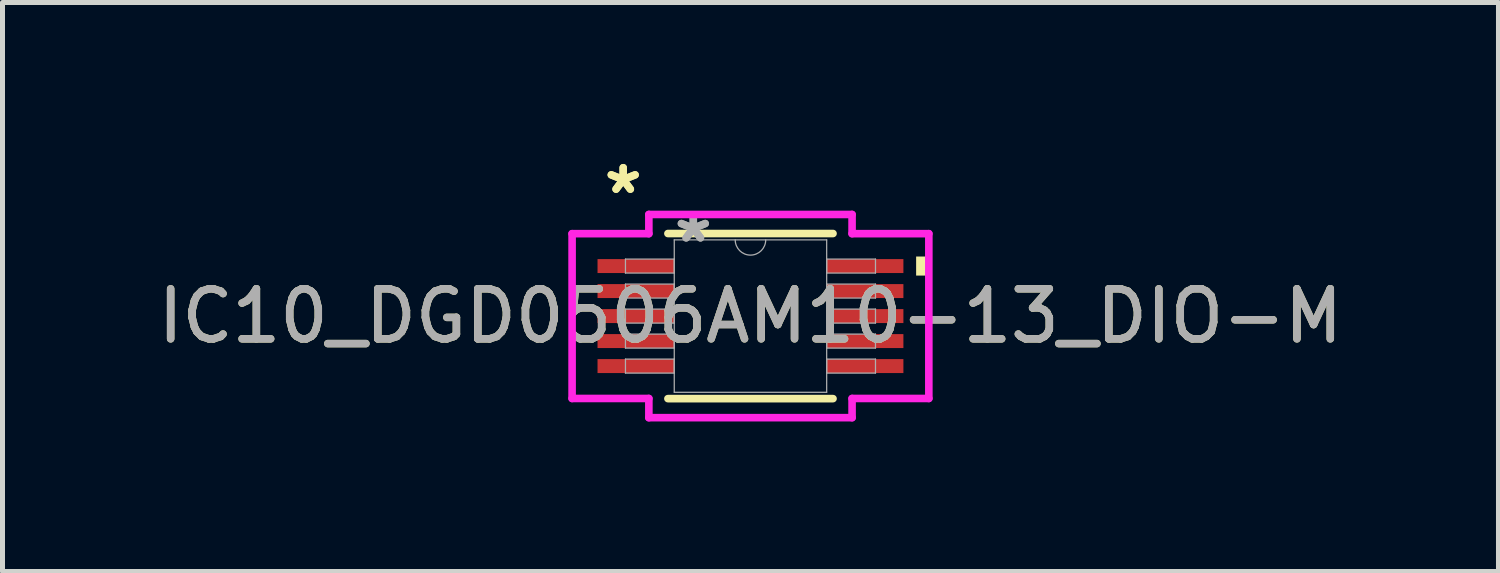
<source format=kicad_pcb>
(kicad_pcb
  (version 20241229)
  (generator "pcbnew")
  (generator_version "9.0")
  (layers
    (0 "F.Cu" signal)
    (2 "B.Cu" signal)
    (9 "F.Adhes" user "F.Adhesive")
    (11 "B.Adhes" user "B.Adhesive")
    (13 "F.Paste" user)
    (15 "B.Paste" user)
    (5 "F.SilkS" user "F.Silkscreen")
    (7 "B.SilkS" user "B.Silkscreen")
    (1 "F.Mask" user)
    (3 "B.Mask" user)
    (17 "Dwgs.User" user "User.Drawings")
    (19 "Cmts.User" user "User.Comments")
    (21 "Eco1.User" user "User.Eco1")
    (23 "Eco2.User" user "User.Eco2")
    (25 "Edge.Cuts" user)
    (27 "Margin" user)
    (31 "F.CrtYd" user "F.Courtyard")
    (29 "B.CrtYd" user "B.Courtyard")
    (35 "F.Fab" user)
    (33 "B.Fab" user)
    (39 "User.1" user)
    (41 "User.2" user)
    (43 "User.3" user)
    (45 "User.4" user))
  (footprint "IC10_DGD0506AM10-13_DIO-M"
    (layer "F.Cu")
    (at 11.958 3.271)
    (property "Reference" "IC10_DGD0506AM10-13_DIO-M" (at 0 0 0) (unlocked yes) (layer "F.SilkS") (effects (font (size 1 1) (thickness 0.15))))
    (attr smd)
    (fp_line (start -1.651 1.651) (end 1.651 1.651) (stroke (width 0.152) (type solid)) (layer "F.SilkS"))
    (fp_line (start 1.651 -1.651) (end -1.651 -1.651) (stroke (width 0.152) (type solid)) (layer "F.SilkS"))
    (fp_poly (pts (xy 3.567 -1.191) (xy 3.567 -0.81) (xy 3.313 -0.81) (xy 3.313 -1.191)) (stroke (width 0) (type solid)) (fill yes) (layer "F.SilkS"))
    (fp_line (start -3.567 -1.648) (end -2.032 -1.648) (stroke (width 0.152) (type solid)) (layer "F.CrtYd"))
    (fp_line (start -3.567 1.648) (end -3.567 -1.648) (stroke (width 0.152) (type solid)) (layer "F.CrtYd"))
    (fp_line (start -3.567 1.648) (end -2.032 1.648) (stroke (width 0.152) (type solid)) (layer "F.CrtYd"))
    (fp_line (start -2.032 -2.032) (end 2.032 -2.032) (stroke (width 0.152) (type solid)) (layer "F.CrtYd"))
    (fp_line (start -2.032 -1.648) (end -2.032 -2.032) (stroke (width 0.152) (type solid)) (layer "F.CrtYd"))
    (fp_line (start -2.032 2.032) (end -2.032 1.648) (stroke (width 0.152) (type solid)) (layer "F.CrtYd"))
    (fp_line (start 2.032 -2.032) (end 2.032 -1.648) (stroke (width 0.152) (type solid)) (layer "F.CrtYd"))
    (fp_line (start 2.032 1.648) (end 2.032 2.032) (stroke (width 0.152) (type solid)) (layer "F.CrtYd"))
    (fp_line (start 2.032 2.032) (end -2.032 2.032) (stroke (width 0.152) (type solid)) (layer "F.CrtYd"))
    (fp_line (start 3.567 -1.648) (end 2.032 -1.648) (stroke (width 0.152) (type solid)) (layer "F.CrtYd"))
    (fp_line (start 3.567 -1.648) (end 3.567 1.648) (stroke (width 0.152) (type solid)) (layer "F.CrtYd"))
    (fp_line (start 3.567 1.648) (end 2.032 1.648) (stroke (width 0.152) (type solid)) (layer "F.CrtYd"))
    (fp_line (start -2.5 -1.14) (end -2.5 -0.86) (stroke (width 0.025) (type solid)) (layer "F.Fab"))
    (fp_line (start -2.5 -0.86) (end -1.524 -0.86) (stroke (width 0.025) (type solid)) (layer "F.Fab"))
    (fp_line (start -2.5 -0.64) (end -2.5 -0.36) (stroke (width 0.025) (type solid)) (layer "F.Fab"))
    (fp_line (start -2.5 -0.36) (end -1.524 -0.36) (stroke (width 0.025) (type solid)) (layer "F.Fab"))
    (fp_line (start -2.5 -0.14) (end -2.5 0.14) (stroke (width 0.025) (type solid)) (layer "F.Fab"))
    (fp_line (start -2.5 0.14) (end -1.524 0.14) (stroke (width 0.025) (type solid)) (layer "F.Fab"))
    (fp_line (start -2.5 0.36) (end -2.5 0.64) (stroke (width 0.025) (type solid)) (layer "F.Fab"))
    (fp_line (start -2.5 0.64) (end -1.524 0.64) (stroke (width 0.025) (type solid)) (layer "F.Fab"))
    (fp_line (start -2.5 0.86) (end -2.5 1.14) (stroke (width 0.025) (type solid)) (layer "F.Fab"))
    (fp_line (start -2.5 1.14) (end -1.524 1.14) (stroke (width 0.025) (type solid)) (layer "F.Fab"))
    (fp_line (start -1.524 -1.524) (end -1.524 1.524) (stroke (width 0.025) (type solid)) (layer "F.Fab"))
    (fp_line (start -1.524 -1.14) (end -2.5 -1.14) (stroke (width 0.025) (type solid)) (layer "F.Fab"))
    (fp_line (start -1.524 -0.86) (end -1.524 -1.14) (stroke (width 0.025) (type solid)) (layer "F.Fab"))
    (fp_line (start -1.524 -0.64) (end -2.5 -0.64) (stroke (width 0.025) (type solid)) (layer "F.Fab"))
    (fp_line (start -1.524 -0.36) (end -1.524 -0.64) (stroke (width 0.025) (type solid)) (layer "F.Fab"))
    (fp_line (start -1.524 -0.14) (end -2.5 -0.14) (stroke (width 0.025) (type solid)) (layer "F.Fab"))
    (fp_line (start -1.524 0.14) (end -1.524 -0.14) (stroke (width 0.025) (type solid)) (layer "F.Fab"))
    (fp_line (start -1.524 0.36) (end -2.5 0.36) (stroke (width 0.025) (type solid)) (layer "F.Fab"))
    (fp_line (start -1.524 0.64) (end -1.524 0.36) (stroke (width 0.025) (type solid)) (layer "F.Fab"))
    (fp_line (start -1.524 0.86) (end -2.5 0.86) (stroke (width 0.025) (type solid)) (layer "F.Fab"))
    (fp_line (start -1.524 1.14) (end -1.524 0.86) (stroke (width 0.025) (type solid)) (layer "F.Fab"))
    (fp_line (start -1.524 1.524) (end 1.524 1.524) (stroke (width 0.025) (type solid)) (layer "F.Fab"))
    (fp_line (start 1.524 -1.524) (end -1.524 -1.524) (stroke (width 0.025) (type solid)) (layer "F.Fab"))
    (fp_line (start 1.524 -1.14) (end 1.524 -0.86) (stroke (width 0.025) (type solid)) (layer "F.Fab"))
    (fp_line (start 1.524 -0.86) (end 2.5 -0.86) (stroke (width 0.025) (type solid)) (layer "F.Fab"))
    (fp_line (start 1.524 -0.64) (end 1.524 -0.36) (stroke (width 0.025) (type solid)) (layer "F.Fab"))
    (fp_line (start 1.524 -0.36) (end 2.5 -0.36) (stroke (width 0.025) (type solid)) (layer "F.Fab"))
    (fp_line (start 1.524 -0.14) (end 1.524 0.14) (stroke (width 0.025) (type solid)) (layer "F.Fab"))
    (fp_line (start 1.524 0.14) (end 2.5 0.14) (stroke (width 0.025) (type solid)) (layer "F.Fab"))
    (fp_line (start 1.524 0.36) (end 1.524 0.64) (stroke (width 0.025) (type solid)) (layer "F.Fab"))
    (fp_line (start 1.524 0.64) (end 2.5 0.64) (stroke (width 0.025) (type solid)) (layer "F.Fab"))
    (fp_line (start 1.524 0.86) (end 1.524 1.14) (stroke (width 0.025) (type solid)) (layer "F.Fab"))
    (fp_line (start 1.524 1.14) (end 2.5 1.14) (stroke (width 0.025) (type solid)) (layer "F.Fab"))
    (fp_line (start 1.524 1.524) (end 1.524 -1.524) (stroke (width 0.025) (type solid)) (layer "F.Fab"))
    (fp_line (start 2.5 -1.14) (end 1.524 -1.14) (stroke (width 0.025) (type solid)) (layer "F.Fab"))
    (fp_line (start 2.5 -0.86) (end 2.5 -1.14) (stroke (width 0.025) (type solid)) (layer "F.Fab"))
    (fp_line (start 2.5 -0.64) (end 1.524 -0.64) (stroke (width 0.025) (type solid)) (layer "F.Fab"))
    (fp_line (start 2.5 -0.36) (end 2.5 -0.64) (stroke (width 0.025) (type solid)) (layer "F.Fab"))
    (fp_line (start 2.5 -0.14) (end 1.524 -0.14) (stroke (width 0.025) (type solid)) (layer "F.Fab"))
    (fp_line (start 2.5 0.14) (end 2.5 -0.14) (stroke (width 0.025) (type solid)) (layer "F.Fab"))
    (fp_line (start 2.5 0.36) (end 1.524 0.36) (stroke (width 0.025) (type solid)) (layer "F.Fab"))
    (fp_line (start 2.5 0.64) (end 2.5 0.36) (stroke (width 0.025) (type solid)) (layer "F.Fab"))
    (fp_line (start 2.5 0.86) (end 1.524 0.86) (stroke (width 0.025) (type solid)) (layer "F.Fab"))
    (fp_line (start 2.5 1.14) (end 2.5 0.86) (stroke (width 0.025) (type solid)) (layer "F.Fab"))
    (fp_arc (start 0.3048 -1.524) (mid 0 -1.2192) (end -0.3048 -1.524) (stroke (width 0.0254) (type solid)) (layer "F.Fab"))
    (fp_text user "*" (at -2.545 -2.422 0) (unlocked yes) (layer "F.SilkS") (effects (font (size 1 1) (thickness 0.15))))
    (fp_text user "*" (at -2.545 -2.422 0) (layer "F.SilkS") (effects (font (size 1 1) (thickness 0.15))))
    (fp_text user "*" (at -1.143 -1.448 0) (unlocked yes) (layer "F.Fab") (effects (font (size 1 1) (thickness 0.15))))
    (fp_text user "*" (at -1.143 -1.448 0) (layer "F.Fab") (effects (font (size 1 1) (thickness 0.15))))
    (fp_text user "${REFERENCE}" (at 0 0 0) (unlocked yes) (layer "F.Fab") (effects (font (size 1 1) (thickness 0.15))))
    (pad "1" smd rect (at -2.291 -1) (size 1.535 0.279) (layers "F.Cu" "F.Mask" "F.Paste"))
    (pad "2" smd rect (at -2.291 -0.5) (size 1.535 0.279) (layers "F.Cu" "F.Mask" "F.Paste"))
    (pad "3" smd rect (at -2.291 0) (size 1.535 0.279) (layers "F.Cu" "F.Mask" "F.Paste"))
    (pad "4" smd rect (at -2.291 0.5) (size 1.535 0.279) (layers "F.Cu" "F.Mask" "F.Paste"))
    (pad "5" smd rect (at -2.291 1) (size 1.535 0.279) (layers "F.Cu" "F.Mask" "F.Paste"))
    (pad "6" smd rect (at 2.291 1) (size 1.535 0.279) (layers "F.Cu" "F.Mask" "F.Paste"))
    (pad "7" smd rect (at 2.291 0.5) (size 1.535 0.279) (layers "F.Cu" "F.Mask" "F.Paste"))
    (pad "8" smd rect (at 2.291 0) (size 1.535 0.279) (layers "F.Cu" "F.Mask" "F.Paste"))
    (pad "9" smd rect (at 2.291 -0.5) (size 1.535 0.279) (layers "F.Cu" "F.Mask" "F.Paste"))
    (pad "10" smd rect (at 2.291 -1) (size 1.535 0.279) (layers "F.Cu" "F.Mask" "F.Paste")))
  (gr_rect
    (start -3 -3)
    (end 26.917 8.379)
    (stroke (width 0.1) (type default))
    (fill no)
    (layer "Edge.Cuts")))
</source>
